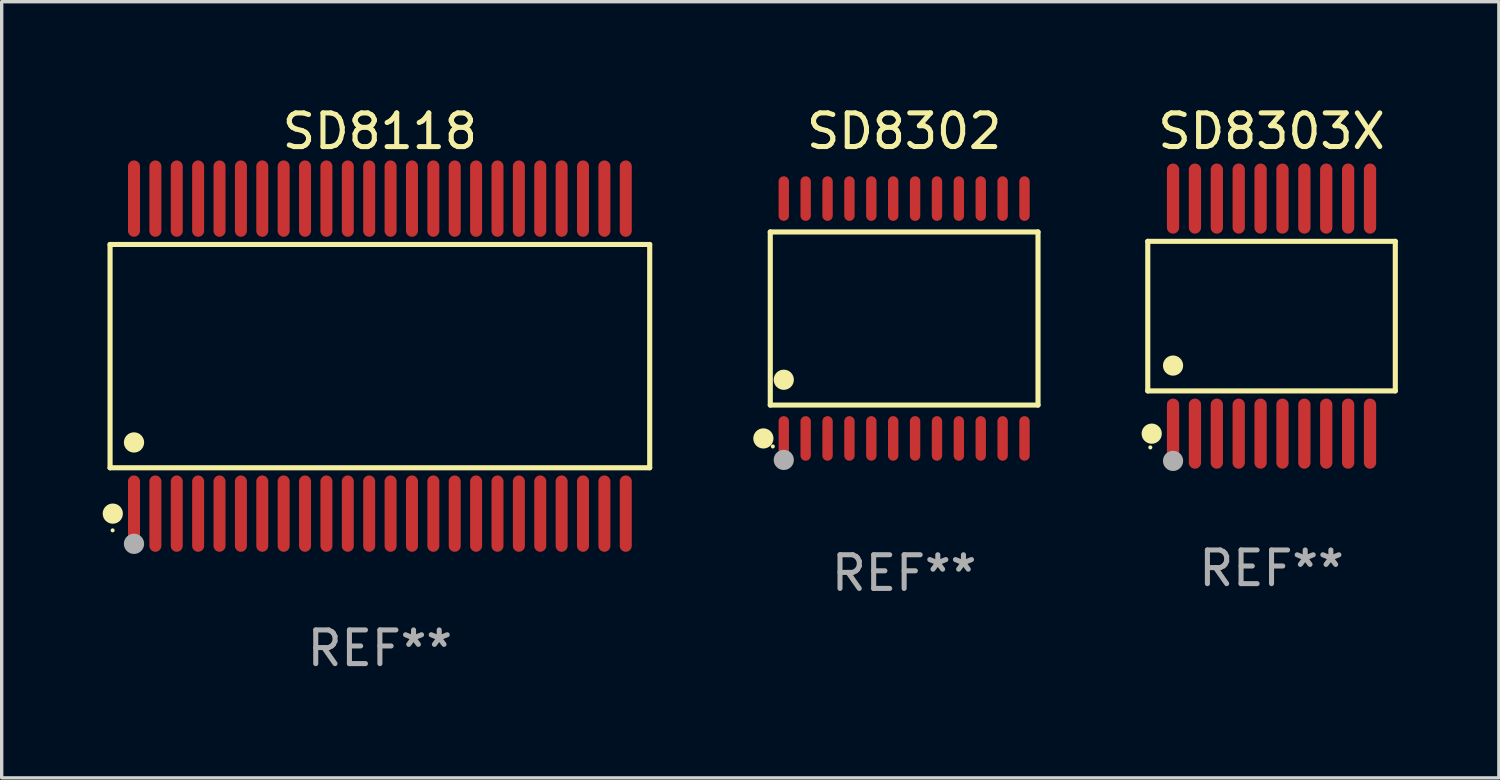
<source format=kicad_pcb>
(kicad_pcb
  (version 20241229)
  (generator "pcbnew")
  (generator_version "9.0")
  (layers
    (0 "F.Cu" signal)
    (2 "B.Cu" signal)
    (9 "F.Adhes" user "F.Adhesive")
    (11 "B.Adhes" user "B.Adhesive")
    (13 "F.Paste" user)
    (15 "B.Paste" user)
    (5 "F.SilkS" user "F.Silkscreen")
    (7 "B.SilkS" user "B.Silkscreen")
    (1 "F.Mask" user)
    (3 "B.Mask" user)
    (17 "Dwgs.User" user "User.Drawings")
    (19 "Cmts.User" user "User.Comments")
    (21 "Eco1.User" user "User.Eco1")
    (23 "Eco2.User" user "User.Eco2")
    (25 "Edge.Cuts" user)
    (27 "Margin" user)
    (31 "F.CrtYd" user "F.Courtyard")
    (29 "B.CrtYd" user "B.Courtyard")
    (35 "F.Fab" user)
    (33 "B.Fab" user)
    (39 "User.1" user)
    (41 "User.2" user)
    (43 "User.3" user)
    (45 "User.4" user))
  (footprint "SD8118"
    (layer "F.Cu")
    (at 8.233 7.527)
    (property "Reference" "SD8118" (at 0 -6.678 0) (layer "F.SilkS") (effects (font (size 1 1) (thickness 0.15))))
    (attr through_hole)
    (fp_line (start -8.014 -3.316) (end 8.014 -3.316) (stroke (width 0.152) (type solid)) (layer "F.SilkS"))
    (fp_line (start -8.014 3.316) (end -8.014 -3.316) (stroke (width 0.152) (type solid)) (layer "F.SilkS"))
    (fp_line (start 8.014 -3.316) (end 8.014 3.316) (stroke (width 0.152) (type solid)) (layer "F.SilkS"))
    (fp_line (start 8.014 3.316) (end -8.014 3.316) (stroke (width 0.152) (type solid)) (layer "F.SilkS"))
    (fp_circle (center -7.938 5.175) (end -7.908 5.175) (stroke (width 0.06) (type solid)) (fill no) (layer "F.SilkS"))
    (fp_circle (center -7.933 4.678) (end -7.783 4.678) (stroke (width 0.3) (type solid)) (fill no) (layer "F.SilkS"))
    (fp_circle (center -7.303 2.564) (end -7.152 2.564) (stroke (width 0.3) (type solid)) (fill no) (layer "F.SilkS"))
    (fp_circle (center -7.303 5.575) (end -7.152 5.575) (stroke (width 0.3) (type solid)) (fill no) (layer "F.Fab"))
    (fp_text user "REF**" (at 0 8.678 0) (layer "F.Fab") (effects (font (size 1 1) (thickness 0.15))))
    (pad "1" smd oval (at -7.303 4.678) (size 0.356 2.267) (layers "F.Cu" "F.Mask" "F.Paste"))
    (pad "2" smd oval (at -6.668 4.678) (size 0.356 2.267) (layers "F.Cu" "F.Mask" "F.Paste"))
    (pad "3" smd oval (at -6.033 4.678) (size 0.356 2.267) (layers "F.Cu" "F.Mask" "F.Paste"))
    (pad "4" smd oval (at -5.398 4.678) (size 0.356 2.267) (layers "F.Cu" "F.Mask" "F.Paste"))
    (pad "5" smd oval (at -4.763 4.678) (size 0.356 2.267) (layers "F.Cu" "F.Mask" "F.Paste"))
    (pad "6" smd oval (at -4.128 4.678) (size 0.356 2.267) (layers "F.Cu" "F.Mask" "F.Paste"))
    (pad "7" smd oval (at -3.493 4.678) (size 0.356 2.267) (layers "F.Cu" "F.Mask" "F.Paste"))
    (pad "8" smd oval (at -2.858 4.678) (size 0.356 2.267) (layers "F.Cu" "F.Mask" "F.Paste"))
    (pad "9" smd oval (at -2.223 4.678) (size 0.356 2.267) (layers "F.Cu" "F.Mask" "F.Paste"))
    (pad "10" smd oval (at -1.588 4.678) (size 0.356 2.267) (layers "F.Cu" "F.Mask" "F.Paste"))
    (pad "11" smd oval (at -0.953 4.678) (size 0.356 2.267) (layers "F.Cu" "F.Mask" "F.Paste"))
    (pad "12" smd oval (at -0.318 4.678) (size 0.356 2.267) (layers "F.Cu" "F.Mask" "F.Paste"))
    (pad "13" smd oval (at 0.318 4.678) (size 0.356 2.267) (layers "F.Cu" "F.Mask" "F.Paste"))
    (pad "14" smd oval (at 0.953 4.678) (size 0.356 2.267) (layers "F.Cu" "F.Mask" "F.Paste"))
    (pad "15" smd oval (at 1.588 4.678) (size 0.356 2.267) (layers "F.Cu" "F.Mask" "F.Paste"))
    (pad "16" smd oval (at 2.223 4.678) (size 0.356 2.267) (layers "F.Cu" "F.Mask" "F.Paste"))
    (pad "17" smd oval (at 2.858 4.678) (size 0.356 2.267) (layers "F.Cu" "F.Mask" "F.Paste"))
    (pad "18" smd oval (at 3.493 4.678) (size 0.356 2.267) (layers "F.Cu" "F.Mask" "F.Paste"))
    (pad "19" smd oval (at 4.128 4.678) (size 0.356 2.267) (layers "F.Cu" "F.Mask" "F.Paste"))
    (pad "20" smd oval (at 4.763 4.678) (size 0.356 2.267) (layers "F.Cu" "F.Mask" "F.Paste"))
    (pad "21" smd oval (at 5.398 4.678) (size 0.356 2.267) (layers "F.Cu" "F.Mask" "F.Paste"))
    (pad "22" smd oval (at 6.033 4.678) (size 0.356 2.267) (layers "F.Cu" "F.Mask" "F.Paste"))
    (pad "23" smd oval (at 6.668 4.678) (size 0.356 2.267) (layers "F.Cu" "F.Mask" "F.Paste"))
    (pad "24" smd oval (at 7.303 4.678) (size 0.356 2.267) (layers "F.Cu" "F.Mask" "F.Paste"))
    (pad "25" smd oval (at 7.303 -4.678) (size 0.356 2.267) (layers "F.Cu" "F.Mask" "F.Paste"))
    (pad "26" smd oval (at 6.668 -4.678) (size 0.356 2.267) (layers "F.Cu" "F.Mask" "F.Paste"))
    (pad "27" smd oval (at 6.033 -4.678) (size 0.356 2.267) (layers "F.Cu" "F.Mask" "F.Paste"))
    (pad "28" smd oval (at 5.398 -4.678) (size 0.356 2.267) (layers "F.Cu" "F.Mask" "F.Paste"))
    (pad "29" smd oval (at 4.763 -4.678) (size 0.356 2.267) (layers "F.Cu" "F.Mask" "F.Paste"))
    (pad "30" smd oval (at 4.128 -4.678) (size 0.356 2.267) (layers "F.Cu" "F.Mask" "F.Paste"))
    (pad "31" smd oval (at 3.493 -4.678) (size 0.356 2.267) (layers "F.Cu" "F.Mask" "F.Paste"))
    (pad "32" smd oval (at 2.858 -4.678) (size 0.356 2.267) (layers "F.Cu" "F.Mask" "F.Paste"))
    (pad "33" smd oval (at 2.223 -4.678) (size 0.356 2.267) (layers "F.Cu" "F.Mask" "F.Paste"))
    (pad "34" smd oval (at 1.588 -4.678) (size 0.356 2.267) (layers "F.Cu" "F.Mask" "F.Paste"))
    (pad "35" smd oval (at 0.953 -4.678) (size 0.356 2.267) (layers "F.Cu" "F.Mask" "F.Paste"))
    (pad "36" smd oval (at 0.318 -4.678) (size 0.356 2.267) (layers "F.Cu" "F.Mask" "F.Paste"))
    (pad "37" smd oval (at -0.318 -4.678) (size 0.356 2.267) (layers "F.Cu" "F.Mask" "F.Paste"))
    (pad "38" smd oval (at -0.953 -4.678) (size 0.356 2.267) (layers "F.Cu" "F.Mask" "F.Paste"))
    (pad "39" smd oval (at -1.588 -4.678) (size 0.356 2.267) (layers "F.Cu" "F.Mask" "F.Paste"))
    (pad "40" smd oval (at -2.223 -4.678) (size 0.356 2.267) (layers "F.Cu" "F.Mask" "F.Paste"))
    (pad "41" smd oval (at -2.858 -4.678) (size 0.356 2.267) (layers "F.Cu" "F.Mask" "F.Paste"))
    (pad "42" smd oval (at -3.493 -4.678) (size 0.356 2.267) (layers "F.Cu" "F.Mask" "F.Paste"))
    (pad "43" smd oval (at -4.128 -4.678) (size 0.356 2.267) (layers "F.Cu" "F.Mask" "F.Paste"))
    (pad "44" smd oval (at -4.763 -4.678) (size 0.356 2.267) (layers "F.Cu" "F.Mask" "F.Paste"))
    (pad "45" smd oval (at -5.398 -4.678) (size 0.356 2.267) (layers "F.Cu" "F.Mask" "F.Paste"))
    (pad "46" smd oval (at -6.033 -4.678) (size 0.356 2.267) (layers "F.Cu" "F.Mask" "F.Paste"))
    (pad "47" smd oval (at -6.668 -4.678) (size 0.356 2.267) (layers "F.Cu" "F.Mask" "F.Paste"))
    (pad "48" smd oval (at -7.303 -4.678) (size 0.356 2.267) (layers "F.Cu" "F.Mask" "F.Paste")))
  (footprint "SD8302"
    (layer "F.Cu")
    (at 23.804 6.41)
    (property "Reference" "SD8302" (at 0 -5.562 0) (layer "F.SilkS") (effects (font (size 1 1) (thickness 0.15))))
    (attr through_hole)
    (fp_line (start -3.976 -2.571) (end 3.976 -2.571) (stroke (width 0.152) (type solid)) (layer "F.SilkS"))
    (fp_line (start -3.976 2.571) (end -3.976 -2.571) (stroke (width 0.152) (type solid)) (layer "F.SilkS"))
    (fp_line (start 3.976 -2.571) (end 3.976 2.571) (stroke (width 0.152) (type solid)) (layer "F.SilkS"))
    (fp_line (start 3.976 2.571) (end -3.976 2.571) (stroke (width 0.152) (type solid)) (layer "F.SilkS"))
    (fp_circle (center -4.181 3.562) (end -4.031 3.562) (stroke (width 0.3) (type solid)) (fill no) (layer "F.SilkS"))
    (fp_circle (center -3.9 3.8) (end -3.87 3.8) (stroke (width 0.06) (type solid)) (fill no) (layer "F.SilkS"))
    (fp_circle (center -3.575 1.819) (end -3.425 1.819) (stroke (width 0.3) (type solid)) (fill no) (layer "F.SilkS"))
    (fp_circle (center -3.575 4.2) (end -3.425 4.2) (stroke (width 0.3) (type solid)) (fill no) (layer "F.Fab"))
    (fp_text user "REF**" (at 0 7.562 0) (layer "F.Fab") (effects (font (size 1 1) (thickness 0.15))))
    (pad "1" smd oval (at -3.575 3.562) (size 0.308 1.324) (layers "F.Cu" "F.Mask" "F.Paste"))
    (pad "2" smd oval (at -2.925 3.562) (size 0.308 1.324) (layers "F.Cu" "F.Mask" "F.Paste"))
    (pad "3" smd oval (at -2.275 3.562) (size 0.308 1.324) (layers "F.Cu" "F.Mask" "F.Paste"))
    (pad "4" smd oval (at -1.625 3.562) (size 0.308 1.324) (layers "F.Cu" "F.Mask" "F.Paste"))
    (pad "5" smd oval (at -0.975 3.562) (size 0.308 1.324) (layers "F.Cu" "F.Mask" "F.Paste"))
    (pad "6" smd oval (at -0.325 3.562) (size 0.308 1.324) (layers "F.Cu" "F.Mask" "F.Paste"))
    (pad "7" smd oval (at 0.325 3.562) (size 0.308 1.324) (layers "F.Cu" "F.Mask" "F.Paste"))
    (pad "8" smd oval (at 0.975 3.562) (size 0.308 1.324) (layers "F.Cu" "F.Mask" "F.Paste"))
    (pad "9" smd oval (at 1.625 3.562) (size 0.308 1.324) (layers "F.Cu" "F.Mask" "F.Paste"))
    (pad "10" smd oval (at 2.275 3.562) (size 0.308 1.324) (layers "F.Cu" "F.Mask" "F.Paste"))
    (pad "11" smd oval (at 2.925 3.562) (size 0.308 1.324) (layers "F.Cu" "F.Mask" "F.Paste"))
    (pad "12" smd oval (at 3.575 3.562) (size 0.308 1.324) (layers "F.Cu" "F.Mask" "F.Paste"))
    (pad "13" smd oval (at 3.575 -3.562) (size 0.308 1.324) (layers "F.Cu" "F.Mask" "F.Paste"))
    (pad "14" smd oval (at 2.925 -3.562) (size 0.308 1.324) (layers "F.Cu" "F.Mask" "F.Paste"))
    (pad "15" smd oval (at 2.275 -3.562) (size 0.308 1.324) (layers "F.Cu" "F.Mask" "F.Paste"))
    (pad "16" smd oval (at 1.625 -3.562) (size 0.308 1.324) (layers "F.Cu" "F.Mask" "F.Paste"))
    (pad "17" smd oval (at 0.975 -3.562) (size 0.308 1.324) (layers "F.Cu" "F.Mask" "F.Paste"))
    (pad "18" smd oval (at 0.325 -3.562) (size 0.308 1.324) (layers "F.Cu" "F.Mask" "F.Paste"))
    (pad "19" smd oval (at -0.325 -3.562) (size 0.308 1.324) (layers "F.Cu" "F.Mask" "F.Paste"))
    (pad "20" smd oval (at -0.975 -3.562) (size 0.308 1.324) (layers "F.Cu" "F.Mask" "F.Paste"))
    (pad "21" smd oval (at -1.625 -3.562) (size 0.308 1.324) (layers "F.Cu" "F.Mask" "F.Paste"))
    (pad "22" smd oval (at -2.275 -3.562) (size 0.308 1.324) (layers "F.Cu" "F.Mask" "F.Paste"))
    (pad "23" smd oval (at -2.925 -3.562) (size 0.308 1.324) (layers "F.Cu" "F.Mask" "F.Paste"))
    (pad "24" smd oval (at -3.575 -3.562) (size 0.308 1.324) (layers "F.Cu" "F.Mask" "F.Paste")))
  (footprint "SD8303X"
    (layer "F.Cu")
    (at 34.716 6.339)
    (property "Reference" "SD8303X" (at 0 -5.491 0) (layer "F.SilkS") (effects (font (size 1 1) (thickness 0.15))))
    (attr through_hole)
    (fp_line (start -3.676 -2.221) (end 3.676 -2.221) (stroke (width 0.152) (type solid)) (layer "F.SilkS"))
    (fp_line (start -3.676 2.221) (end -3.676 -2.221) (stroke (width 0.152) (type solid)) (layer "F.SilkS"))
    (fp_line (start 3.676 -2.221) (end 3.676 2.221) (stroke (width 0.152) (type solid)) (layer "F.SilkS"))
    (fp_line (start 3.676 2.221) (end -3.676 2.221) (stroke (width 0.152) (type solid)) (layer "F.SilkS"))
    (fp_circle (center -3.6 3.9) (end -3.57 3.9) (stroke (width 0.06) (type solid)) (fill no) (layer "F.SilkS"))
    (fp_circle (center -3.559 3.491) (end -3.409 3.491) (stroke (width 0.3) (type solid)) (fill no) (layer "F.SilkS"))
    (fp_circle (center -2.925 1.469) (end -2.775 1.469) (stroke (width 0.3) (type solid)) (fill no) (layer "F.SilkS"))
    (fp_circle (center -2.925 4.3) (end -2.775 4.3) (stroke (width 0.3) (type solid)) (fill no) (layer "F.Fab"))
    (fp_text user "REF**" (at 0 7.491 0) (layer "F.Fab") (effects (font (size 1 1) (thickness 0.15))))
    (pad "1" smd oval (at -2.925 3.491) (size 0.364 2.082) (layers "F.Cu" "F.Mask" "F.Paste"))
    (pad "2" smd oval (at -2.275 3.491) (size 0.364 2.082) (layers "F.Cu" "F.Mask" "F.Paste"))
    (pad "3" smd oval (at -1.625 3.491) (size 0.364 2.082) (layers "F.Cu" "F.Mask" "F.Paste"))
    (pad "4" smd oval (at -0.975 3.491) (size 0.364 2.082) (layers "F.Cu" "F.Mask" "F.Paste"))
    (pad "5" smd oval (at -0.325 3.491) (size 0.364 2.082) (layers "F.Cu" "F.Mask" "F.Paste"))
    (pad "6" smd oval (at 0.325 3.491) (size 0.364 2.082) (layers "F.Cu" "F.Mask" "F.Paste"))
    (pad "7" smd oval (at 0.975 3.491) (size 0.364 2.082) (layers "F.Cu" "F.Mask" "F.Paste"))
    (pad "8" smd oval (at 1.625 3.491) (size 0.364 2.082) (layers "F.Cu" "F.Mask" "F.Paste"))
    (pad "9" smd oval (at 2.275 3.491) (size 0.364 2.082) (layers "F.Cu" "F.Mask" "F.Paste"))
    (pad "10" smd oval (at 2.925 3.491) (size 0.364 2.082) (layers "F.Cu" "F.Mask" "F.Paste"))
    (pad "11" smd oval (at 2.925 -3.491) (size 0.364 2.082) (layers "F.Cu" "F.Mask" "F.Paste"))
    (pad "12" smd oval (at 2.275 -3.491) (size 0.364 2.082) (layers "F.Cu" "F.Mask" "F.Paste"))
    (pad "13" smd oval (at 1.625 -3.491) (size 0.364 2.082) (layers "F.Cu" "F.Mask" "F.Paste"))
    (pad "14" smd oval (at 0.975 -3.491) (size 0.364 2.082) (layers "F.Cu" "F.Mask" "F.Paste"))
    (pad "15" smd oval (at 0.325 -3.491) (size 0.364 2.082) (layers "F.Cu" "F.Mask" "F.Paste"))
    (pad "16" smd oval (at -0.325 -3.491) (size 0.364 2.082) (layers "F.Cu" "F.Mask" "F.Paste"))
    (pad "17" smd oval (at -0.975 -3.491) (size 0.364 2.082) (layers "F.Cu" "F.Mask" "F.Paste"))
    (pad "18" smd oval (at -1.625 -3.491) (size 0.364 2.082) (layers "F.Cu" "F.Mask" "F.Paste"))
    (pad "19" smd oval (at -2.275 -3.491) (size 0.364 2.082) (layers "F.Cu" "F.Mask" "F.Paste"))
    (pad "20" smd oval (at -2.925 -3.491) (size 0.364 2.082) (layers "F.Cu" "F.Mask" "F.Paste")))
  (gr_rect
    (start -3 -3)
    (end 41.468 20.053)
    (stroke (width 0.1) (type default))
    (fill no)
    (layer "Edge.Cuts")))
</source>
